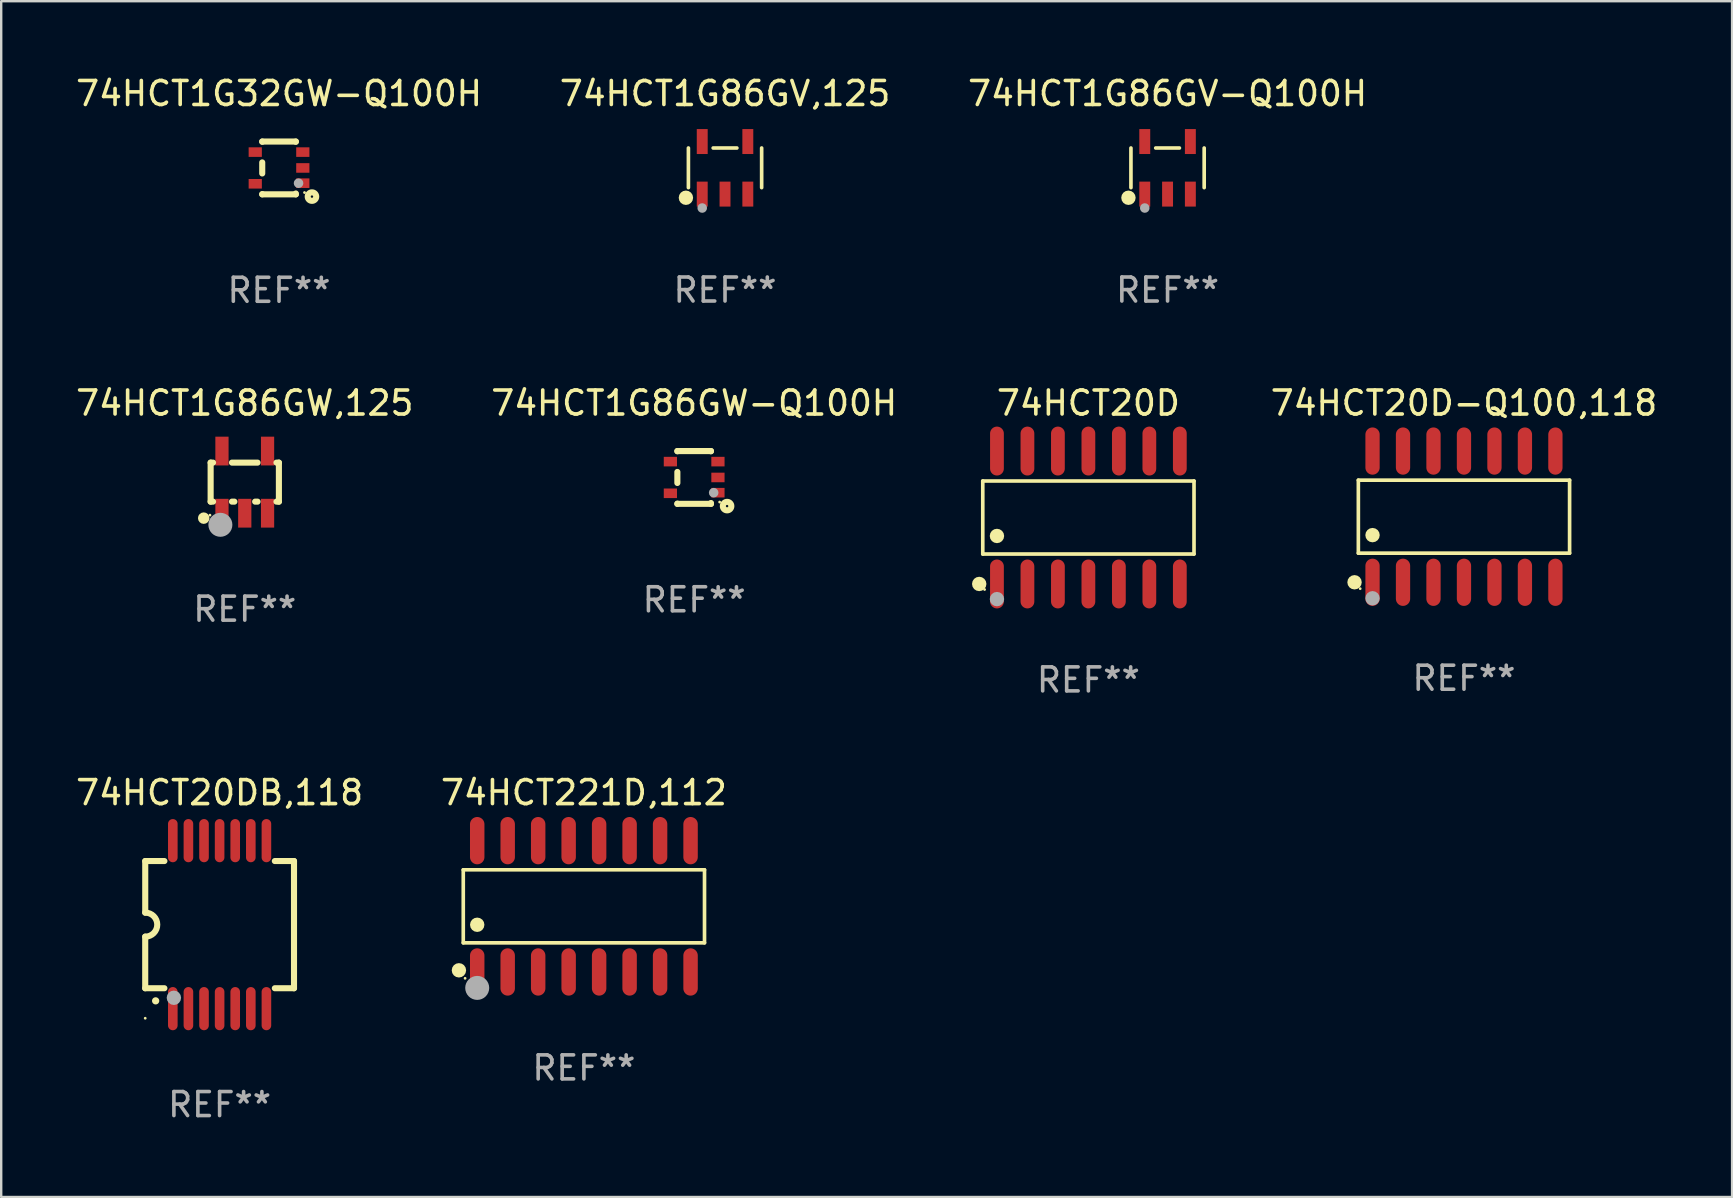
<source format=kicad_pcb>
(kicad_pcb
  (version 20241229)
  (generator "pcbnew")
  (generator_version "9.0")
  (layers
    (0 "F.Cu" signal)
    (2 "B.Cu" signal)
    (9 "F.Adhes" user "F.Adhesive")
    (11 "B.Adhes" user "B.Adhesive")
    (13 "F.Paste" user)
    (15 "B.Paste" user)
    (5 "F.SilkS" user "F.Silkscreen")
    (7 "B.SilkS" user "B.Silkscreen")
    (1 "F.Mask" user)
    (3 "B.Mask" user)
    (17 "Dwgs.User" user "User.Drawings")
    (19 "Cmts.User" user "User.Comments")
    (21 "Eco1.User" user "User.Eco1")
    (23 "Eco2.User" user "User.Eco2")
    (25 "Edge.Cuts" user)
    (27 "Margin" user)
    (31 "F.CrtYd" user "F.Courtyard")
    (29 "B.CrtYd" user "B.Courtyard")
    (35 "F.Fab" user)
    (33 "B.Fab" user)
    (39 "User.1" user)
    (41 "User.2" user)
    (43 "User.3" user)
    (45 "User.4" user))
  (footprint "74HCT1G86GW-Q100H"
    (layer "F.Cu")
    (at 25.875 16.845)
    (property "Reference" "74HCT1G86GW-Q100H" (at 0 -3.1 0) (layer "F.SilkS") (effects (font (size 1 1) (thickness 0.15))))
    (attr through_hole)
    (fp_line (start -0.7 -1.1) (end 0.7 -1.1) (stroke (width 0.254) (type solid)) (layer "F.SilkS"))
    (fp_line (start -0.7 -1.09) (end -0.7 -1.1) (stroke (width 0.254) (type solid)) (layer "F.SilkS"))
    (fp_line (start -0.7 0.23) (end -0.7 -0.23) (stroke (width 0.254) (type solid)) (layer "F.SilkS"))
    (fp_line (start -0.7 1.1) (end -0.7 1.09) (stroke (width 0.254) (type solid)) (layer "F.SilkS"))
    (fp_line (start -0.7 1.1) (end 0.7 1.1) (stroke (width 0.254) (type solid)) (layer "F.SilkS"))
    (fp_line (start 0.7 -1.09) (end 0.7 -1.1) (stroke (width 0.254) (type solid)) (layer "F.SilkS"))
    (fp_line (start 0.7 1.1) (end 0.7 1.065) (stroke (width 0.254) (type solid)) (layer "F.SilkS"))
    (fp_circle (center 1.062 1.025) (end 1.092 1.025) (stroke (width 0.06) (type solid)) (fill no) (layer "F.SilkS"))
    (fp_circle (center 1.372 1.194) (end 1.422 1.194) (stroke (width 0.254) (type solid)) (fill no) (layer "F.SilkS"))
    (fp_circle (center 0.813 0.635) (end 0.913 0.635) (stroke (width 0.2) (type solid)) (fill no) (layer "F.Fab"))
    (fp_text user "REF**" (at 0 5.1 0) (layer "F.Fab") (effects (font (size 1 1) (thickness 0.15))))
    (pad "1" smd rect (at 0.991 0.635 270) (size 0.399 0.551) (layers "F.Cu" "F.Mask" "F.Paste"))
    (pad "2" smd rect (at 0.991 0.000051 270) (size 0.399 0.551) (layers "F.Cu" "F.Mask" "F.Paste"))
    (pad "3" smd rect (at 0.991 -0.66 270) (size 0.399 0.551) (layers "F.Cu" "F.Mask" "F.Paste"))
    (pad "4" smd rect (at -0.991 -0.66 270) (size 0.399 0.551) (layers "F.Cu" "F.Mask" "F.Paste"))
    (pad "5" smd rect (at -0.991 0.66 270) (size 0.399 0.551) (layers "F.Cu" "F.Mask" "F.Paste")))
  (footprint "74HCT1G86GV-Q100H"
    (layer "F.Cu")
    (at 45.601 3.943)
    (property "Reference" "74HCT1G86GV-Q100H" (at 0 -3.095 0) (layer "F.SilkS") (effects (font (size 1 1) (thickness 0.15))))
    (attr through_hole)
    (fp_line (start -1.526 0.826) (end -1.526 -0.826) (stroke (width 0.152) (type solid)) (layer "F.SilkS"))
    (fp_line (start 0.494 -0.826) (end -0.494 -0.826) (stroke (width 0.152) (type solid)) (layer "F.SilkS"))
    (fp_line (start 1.526 0.826) (end 1.526 -0.826) (stroke (width 0.152) (type solid)) (layer "F.SilkS"))
    (fp_circle (center -1.63 1.247) (end -1.48 1.247) (stroke (width 0.3) (type solid)) (fill no) (layer "F.SilkS"))
    (fp_circle (center -1.45 1.375) (end -1.42 1.375) (stroke (width 0.06) (type solid)) (fill no) (layer "F.SilkS"))
    (fp_circle (center -0.95 1.675) (end -0.85 1.675) (stroke (width 0.2) (type solid)) (fill no) (layer "F.Fab"))
    (fp_text user "REF**" (at 0 5.095 0) (layer "F.Fab") (effects (font (size 1 1) (thickness 0.15))))
    (pad "1" smd rect (at -0.95 1.095) (size 0.455 1.04) (layers "F.Cu" "F.Mask" "F.Paste"))
    (pad "2" smd rect (at 0 1.095) (size 0.455 1.04) (layers "F.Cu" "F.Mask" "F.Paste"))
    (pad "3" smd rect (at 0.95 1.095) (size 0.455 1.04) (layers "F.Cu" "F.Mask" "F.Paste"))
    (pad "4" smd rect (at 0.95 -1.095) (size 0.455 1.04) (layers "F.Cu" "F.Mask" "F.Paste"))
    (pad "5" smd rect (at -0.95 -1.095) (size 0.455 1.04) (layers "F.Cu" "F.Mask" "F.Paste")))
  (footprint "74HCT1G86GV,125"
    (layer "F.Cu")
    (at 27.161 3.943)
    (property "Reference" "74HCT1G86GV,125" (at 0 -3.095 0) (layer "F.SilkS") (effects (font (size 1 1) (thickness 0.15))))
    (attr through_hole)
    (fp_line (start -1.526 0.826) (end -1.526 -0.826) (stroke (width 0.152) (type solid)) (layer "F.SilkS"))
    (fp_line (start 0.494 -0.826) (end -0.494 -0.826) (stroke (width 0.152) (type solid)) (layer "F.SilkS"))
    (fp_line (start 1.526 0.826) (end 1.526 -0.826) (stroke (width 0.152) (type solid)) (layer "F.SilkS"))
    (fp_circle (center -1.63 1.247) (end -1.48 1.247) (stroke (width 0.3) (type solid)) (fill no) (layer "F.SilkS"))
    (fp_circle (center -1.45 1.375) (end -1.42 1.375) (stroke (width 0.06) (type solid)) (fill no) (layer "F.SilkS"))
    (fp_circle (center -0.95 1.675) (end -0.85 1.675) (stroke (width 0.2) (type solid)) (fill no) (layer "F.Fab"))
    (fp_text user "REF**" (at 0 5.095 0) (layer "F.Fab") (effects (font (size 1 1) (thickness 0.15))))
    (pad "1" smd rect (at -0.95 1.095) (size 0.455 1.04) (layers "F.Cu" "F.Mask" "F.Paste"))
    (pad "2" smd rect (at 0 1.095) (size 0.455 1.04) (layers "F.Cu" "F.Mask" "F.Paste"))
    (pad "3" smd rect (at 0.95 1.095) (size 0.455 1.04) (layers "F.Cu" "F.Mask" "F.Paste"))
    (pad "4" smd rect (at 0.95 -1.095) (size 0.455 1.04) (layers "F.Cu" "F.Mask" "F.Paste"))
    (pad "5" smd rect (at -0.95 -1.095) (size 0.455 1.04) (layers "F.Cu" "F.Mask" "F.Paste")))
  (footprint "74HCT20DB,118"
    (layer "F.Cu")
    (at 6.101 35.479)
    (property "Reference" "74HCT20DB,118" (at 0 -5.5 0) (layer "F.SilkS") (effects (font (size 1 1) (thickness 0.15))))
    (attr through_hole)
    (fp_line (start -3.1 2.65) (end -3.1 0.5) (stroke (width 0.254) (type solid)) (layer "F.SilkS"))
    (fp_line (start -3.099 -2.65) (end -2.301 -2.65) (stroke (width 0.254) (type solid)) (layer "F.SilkS"))
    (fp_line (start -3.099 -0.5) (end -3.099 -2.65) (stroke (width 0.254) (type solid)) (layer "F.SilkS"))
    (fp_line (start -2.301 2.65) (end -3.1 2.65) (stroke (width 0.254) (type solid)) (layer "F.SilkS"))
    (fp_line (start 2.301 -2.65) (end 3.1 -2.65) (stroke (width 0.254) (type solid)) (layer "F.SilkS"))
    (fp_line (start 3.1 -2.65) (end 3.1 2.65) (stroke (width 0.254) (type solid)) (layer "F.SilkS"))
    (fp_line (start 3.1 2.65) (end 2.301 2.65) (stroke (width 0.254) (type solid)) (layer "F.SilkS"))
    (fp_arc (start -3.098806 -0.500381) (mid -2.598806 0) (end -3.098806 0.500381) (stroke (width 0.254001) (type solid)) (layer "F.SilkS"))
    (fp_arc (start -2.667005 3.175006) (mid -2.665735 3.175001) (end -2.664465 3.175006) (stroke (width 0.3) (type solid)) (layer "F.SilkS"))
    (fp_circle (center -3.1 3.9) (end -3.07 3.9) (stroke (width 0.06) (type solid)) (fill no) (layer "F.SilkS"))
    (fp_circle (center -1.905 3.048) (end -1.755 3.048) (stroke (width 0.3) (type solid)) (fill no) (layer "F.Fab"))
    (fp_text user "REF**" (at 0 7.5 0) (layer "F.Fab") (effects (font (size 1 1) (thickness 0.15))))
    (pad "1" smd oval (at -1.95 3.5 270) (size 1.8 0.4) (layers "F.Cu" "F.Mask" "F.Paste"))
    (pad "2" smd oval (at -1.3 3.5 270) (size 1.8 0.4) (layers "F.Cu" "F.Mask" "F.Paste"))
    (pad "3" smd oval (at -0.65 3.5 270) (size 1.8 0.4) (layers "F.Cu" "F.Mask" "F.Paste"))
    (pad "4" smd oval (at 0 3.5 270) (size 1.8 0.4) (layers "F.Cu" "F.Mask" "F.Paste"))
    (pad "5" smd oval (at 0.65 3.5 270) (size 1.8 0.4) (layers "F.Cu" "F.Mask" "F.Paste"))
    (pad "6" smd oval (at 1.3 3.5 270) (size 1.8 0.4) (layers "F.Cu" "F.Mask" "F.Paste"))
    (pad "7" smd oval (at 1.95 3.5 270) (size 1.8 0.4) (layers "F.Cu" "F.Mask" "F.Paste"))
    (pad "8" smd oval (at 1.95 -3.5 90) (size 1.8 0.4) (layers "F.Cu" "F.Mask" "F.Paste"))
    (pad "9" smd oval (at 1.3 -3.5 90) (size 1.8 0.4) (layers "F.Cu" "F.Mask" "F.Paste"))
    (pad "10" smd oval (at 0.65 -3.5 90) (size 1.8 0.4) (layers "F.Cu" "F.Mask" "F.Paste"))
    (pad "11" smd oval (at 0 -3.5 90) (size 1.8 0.4) (layers "F.Cu" "F.Mask" "F.Paste"))
    (pad "12" smd oval (at -0.65 -3.5 90) (size 1.8 0.4) (layers "F.Cu" "F.Mask" "F.Paste"))
    (pad "13" smd oval (at -1.3 -3.5 90) (size 1.8 0.4) (layers "F.Cu" "F.Mask" "F.Paste"))
    (pad "14" smd oval (at -1.95 -3.5 90) (size 1.8 0.4) (layers "F.Cu" "F.Mask" "F.Paste")))
  (footprint "74HCT20D-Q100,118"
    (layer "F.Cu")
    (at 57.952 18.479)
    (property "Reference" "74HCT20D-Q100,118" (at 0 -4.734 0) (layer "F.SilkS") (effects (font (size 1 1) (thickness 0.15))))
    (attr through_hole)
    (fp_line (start -4.401 -1.521) (end 4.401 -1.521) (stroke (width 0.152) (type solid)) (layer "F.SilkS"))
    (fp_line (start -4.401 1.521) (end -4.401 -1.521) (stroke (width 0.152) (type solid)) (layer "F.SilkS"))
    (fp_line (start 4.401 -1.521) (end 4.401 1.521) (stroke (width 0.152) (type solid)) (layer "F.SilkS"))
    (fp_line (start 4.401 1.521) (end -4.401 1.521) (stroke (width 0.152) (type solid)) (layer "F.SilkS"))
    (fp_circle (center -4.56 2.734) (end -4.41 2.734) (stroke (width 0.3) (type solid)) (fill no) (layer "F.SilkS"))
    (fp_circle (center -4.325 3) (end -4.295 3) (stroke (width 0.06) (type solid)) (fill no) (layer "F.SilkS"))
    (fp_circle (center -3.81 0.769) (end -3.66 0.769) (stroke (width 0.3) (type solid)) (fill no) (layer "F.SilkS"))
    (fp_circle (center -3.81 3.4) (end -3.66 3.4) (stroke (width 0.3) (type solid)) (fill no) (layer "F.Fab"))
    (fp_text user "REF**" (at 0 6.734 0) (layer "F.Fab") (effects (font (size 1 1) (thickness 0.15))))
    (pad "1" smd oval (at -3.81 2.734) (size 0.595 1.968) (layers "F.Cu" "F.Mask" "F.Paste"))
    (pad "2" smd oval (at -2.54 2.734) (size 0.595 1.968) (layers "F.Cu" "F.Mask" "F.Paste"))
    (pad "3" smd oval (at -1.27 2.734) (size 0.595 1.968) (layers "F.Cu" "F.Mask" "F.Paste"))
    (pad "4" smd oval (at 0 2.734) (size 0.595 1.968) (layers "F.Cu" "F.Mask" "F.Paste"))
    (pad "5" smd oval (at 1.27 2.734) (size 0.595 1.968) (layers "F.Cu" "F.Mask" "F.Paste"))
    (pad "6" smd oval (at 2.54 2.734) (size 0.595 1.968) (layers "F.Cu" "F.Mask" "F.Paste"))
    (pad "7" smd oval (at 3.81 2.734) (size 0.595 1.968) (layers "F.Cu" "F.Mask" "F.Paste"))
    (pad "8" smd oval (at 3.81 -2.734) (size 0.595 1.968) (layers "F.Cu" "F.Mask" "F.Paste"))
    (pad "9" smd oval (at 2.54 -2.734) (size 0.595 1.968) (layers "F.Cu" "F.Mask" "F.Paste"))
    (pad "10" smd oval (at 1.27 -2.734) (size 0.595 1.968) (layers "F.Cu" "F.Mask" "F.Paste"))
    (pad "11" smd oval (at 0 -2.734) (size 0.595 1.968) (layers "F.Cu" "F.Mask" "F.Paste"))
    (pad "12" smd oval (at -1.27 -2.734) (size 0.595 1.968) (layers "F.Cu" "F.Mask" "F.Paste"))
    (pad "13" smd oval (at -2.54 -2.734) (size 0.595 1.968) (layers "F.Cu" "F.Mask" "F.Paste"))
    (pad "14" smd oval (at -3.81 -2.734) (size 0.595 1.968) (layers "F.Cu" "F.Mask" "F.Paste")))
  (footprint "74HCT221D,112"
    (layer "F.Cu")
    (at 21.28 34.715)
    (property "Reference" "74HCT221D,112" (at 0 -4.736 0) (layer "F.SilkS") (effects (font (size 1 1) (thickness 0.15))))
    (attr through_hole)
    (fp_line (start -5.026 -1.521) (end 5.026 -1.521) (stroke (width 0.152) (type solid)) (layer "F.SilkS"))
    (fp_line (start -5.026 1.521) (end -5.026 -1.521) (stroke (width 0.152) (type solid)) (layer "F.SilkS"))
    (fp_line (start 5.026 -1.521) (end 5.026 1.521) (stroke (width 0.152) (type solid)) (layer "F.SilkS"))
    (fp_line (start 5.026 1.521) (end -5.026 1.521) (stroke (width 0.152) (type solid)) (layer "F.SilkS"))
    (fp_circle (center -5.207 2.667) (end -5.057 2.667) (stroke (width 0.3) (type solid)) (fill no) (layer "F.SilkS"))
    (fp_circle (center -4.95 3) (end -4.92 3) (stroke (width 0.06) (type solid)) (fill no) (layer "F.SilkS"))
    (fp_circle (center -4.445 0.769) (end -4.295 0.769) (stroke (width 0.3) (type solid)) (fill no) (layer "F.SilkS"))
    (fp_circle (center -4.445 3.4) (end -4.195 3.4) (stroke (width 0.5) (type solid)) (fill no) (layer "F.Fab"))
    (fp_text user "REF**" (at 0 6.736 0) (layer "F.Fab") (effects (font (size 1 1) (thickness 0.15))))
    (pad "1" smd oval (at -4.445 2.736) (size 0.602 1.971) (layers "F.Cu" "F.Mask" "F.Paste"))
    (pad "2" smd oval (at -3.175 2.736) (size 0.602 1.971) (layers "F.Cu" "F.Mask" "F.Paste"))
    (pad "3" smd oval (at -1.905 2.736) (size 0.602 1.971) (layers "F.Cu" "F.Mask" "F.Paste"))
    (pad "4" smd oval (at -0.635 2.736) (size 0.602 1.971) (layers "F.Cu" "F.Mask" "F.Paste"))
    (pad "5" smd oval (at 0.635 2.736) (size 0.602 1.971) (layers "F.Cu" "F.Mask" "F.Paste"))
    (pad "6" smd oval (at 1.905 2.736) (size 0.602 1.971) (layers "F.Cu" "F.Mask" "F.Paste"))
    (pad "7" smd oval (at 3.175 2.736) (size 0.602 1.971) (layers "F.Cu" "F.Mask" "F.Paste"))
    (pad "8" smd oval (at 4.445 2.736) (size 0.602 1.971) (layers "F.Cu" "F.Mask" "F.Paste"))
    (pad "9" smd oval (at 4.445 -2.736) (size 0.602 1.971) (layers "F.Cu" "F.Mask" "F.Paste"))
    (pad "10" smd oval (at 3.175 -2.736) (size 0.602 1.971) (layers "F.Cu" "F.Mask" "F.Paste"))
    (pad "11" smd oval (at 1.905 -2.736) (size 0.602 1.971) (layers "F.Cu" "F.Mask" "F.Paste"))
    (pad "12" smd oval (at 0.635 -2.736) (size 0.602 1.971) (layers "F.Cu" "F.Mask" "F.Paste"))
    (pad "13" smd oval (at -0.635 -2.736) (size 0.602 1.971) (layers "F.Cu" "F.Mask" "F.Paste"))
    (pad "14" smd oval (at -1.905 -2.736) (size 0.602 1.971) (layers "F.Cu" "F.Mask" "F.Paste"))
    (pad "15" smd oval (at -3.175 -2.736) (size 0.602 1.971) (layers "F.Cu" "F.Mask" "F.Paste"))
    (pad "16" smd oval (at -4.445 -2.736) (size 0.602 1.971) (layers "F.Cu" "F.Mask" "F.Paste")))
  (footprint "74HCT1G32GW-Q100H"
    (layer "F.Cu")
    (at 8.577 3.948)
    (property "Reference" "74HCT1G32GW-Q100H" (at 0 -3.1 0) (layer "F.SilkS") (effects (font (size 1 1) (thickness 0.15))))
    (attr through_hole)
    (fp_line (start -0.7 -1.1) (end 0.7 -1.1) (stroke (width 0.254) (type solid)) (layer "F.SilkS"))
    (fp_line (start -0.7 -1.09) (end -0.7 -1.1) (stroke (width 0.254) (type solid)) (layer "F.SilkS"))
    (fp_line (start -0.7 0.23) (end -0.7 -0.23) (stroke (width 0.254) (type solid)) (layer "F.SilkS"))
    (fp_line (start -0.7 1.1) (end -0.7 1.09) (stroke (width 0.254) (type solid)) (layer "F.SilkS"))
    (fp_line (start -0.7 1.1) (end 0.7 1.1) (stroke (width 0.254) (type solid)) (layer "F.SilkS"))
    (fp_line (start 0.7 -1.09) (end 0.7 -1.1) (stroke (width 0.254) (type solid)) (layer "F.SilkS"))
    (fp_line (start 0.7 1.1) (end 0.7 1.065) (stroke (width 0.254) (type solid)) (layer "F.SilkS"))
    (fp_circle (center 1.062 1.025) (end 1.092 1.025) (stroke (width 0.06) (type solid)) (fill no) (layer "F.SilkS"))
    (fp_circle (center 1.372 1.194) (end 1.422 1.194) (stroke (width 0.254) (type solid)) (fill no) (layer "F.SilkS"))
    (fp_circle (center 0.813 0.635) (end 0.913 0.635) (stroke (width 0.2) (type solid)) (fill no) (layer "F.Fab"))
    (fp_text user "REF**" (at 0 5.1 0) (layer "F.Fab") (effects (font (size 1 1) (thickness 0.15))))
    (pad "1" smd rect (at 0.991 0.635 270) (size 0.399 0.551) (layers "F.Cu" "F.Mask" "F.Paste"))
    (pad "2" smd rect (at 0.991 0.000051 270) (size 0.399 0.551) (layers "F.Cu" "F.Mask" "F.Paste"))
    (pad "3" smd rect (at 0.991 -0.66 270) (size 0.399 0.551) (layers "F.Cu" "F.Mask" "F.Paste"))
    (pad "4" smd rect (at -0.991 -0.66 270) (size 0.399 0.551) (layers "F.Cu" "F.Mask" "F.Paste"))
    (pad "5" smd rect (at -0.991 0.66 270) (size 0.399 0.551) (layers "F.Cu" "F.Mask" "F.Paste")))
  (footprint "74HCT1G86GW,125"
    (layer "F.Cu")
    (at 7.149 17.04)
    (property "Reference" "74HCT1G86GW,125" (at 0 -3.295 0) (layer "F.SilkS") (effects (font (size 1 1) (thickness 0.15))))
    (attr through_hole)
    (fp_line (start -1.422 -0.813) (end -1.321 -0.813) (stroke (width 0.254) (type solid)) (layer "F.SilkS"))
    (fp_line (start -1.422 0.813) (end -1.422 -0.813) (stroke (width 0.254) (type solid)) (layer "F.SilkS"))
    (fp_line (start -1.321 0.813) (end -1.422 0.813) (stroke (width 0.254) (type solid)) (layer "F.SilkS"))
    (fp_line (start -0.533 -0.813) (end 0.533 -0.813) (stroke (width 0.254) (type solid)) (layer "F.SilkS"))
    (fp_line (start -0.432 0.813) (end -0.533 0.813) (stroke (width 0.254) (type solid)) (layer "F.SilkS"))
    (fp_line (start 0.533 0.813) (end 0.432 0.813) (stroke (width 0.254) (type solid)) (layer "F.SilkS"))
    (fp_line (start 1.321 -0.813) (end 1.422 -0.813) (stroke (width 0.254) (type solid)) (layer "F.SilkS"))
    (fp_line (start 1.422 -0.813) (end 1.422 0.813) (stroke (width 0.254) (type solid)) (layer "F.SilkS"))
    (fp_line (start 1.422 0.813) (end 1.321 0.813) (stroke (width 0.254) (type solid)) (layer "F.SilkS"))
    (fp_circle (center -1.71 1.5) (end -1.59 1.5) (stroke (width 0.24) (type solid)) (fill no) (layer "F.SilkS"))
    (fp_circle (center -1.45 1.375) (end -1.42 1.375) (stroke (width 0.06) (type solid)) (fill no) (layer "F.SilkS"))
    (fp_circle (center -1.016 1.778) (end -0.766 1.778) (stroke (width 0.5) (type solid)) (fill no) (layer "F.Fab"))
    (fp_text user "REF**" (at 0 5.295 0) (layer "F.Fab") (effects (font (size 1 1) (thickness 0.15))))
    (pad "1" smd rect (at -0.95 1.295) (size 0.551 1.199) (layers "F.Cu" "F.Mask" "F.Paste"))
    (pad "2" smd rect (at 0 1.295) (size 0.551 1.199) (layers "F.Cu" "F.Mask" "F.Paste"))
    (pad "3" smd rect (at 0.95 1.295) (size 0.551 1.199) (layers "F.Cu" "F.Mask" "F.Paste"))
    (pad "4" smd rect (at 0.95 -1.295) (size 0.551 1.199) (layers "F.Cu" "F.Mask" "F.Paste"))
    (pad "5" smd rect (at -0.95 -1.295) (size 0.551 1.199) (layers "F.Cu" "F.Mask" "F.Paste")))
  (footprint "74HCT20D"
    (layer "F.Cu")
    (at 42.302 18.514)
    (property "Reference" "74HCT20D" (at 0 -4.769 0) (layer "F.SilkS") (effects (font (size 1 1) (thickness 0.15))))
    (attr through_hole)
    (fp_line (start -4.401 -1.521) (end 4.401 -1.521) (stroke (width 0.152) (type solid)) (layer "F.SilkS"))
    (fp_line (start -4.401 1.521) (end -4.401 -1.521) (stroke (width 0.152) (type solid)) (layer "F.SilkS"))
    (fp_line (start 4.401 -1.521) (end 4.401 1.521) (stroke (width 0.152) (type solid)) (layer "F.SilkS"))
    (fp_line (start 4.401 1.521) (end -4.401 1.521) (stroke (width 0.152) (type solid)) (layer "F.SilkS"))
    (fp_circle (center -4.549 2.769) (end -4.399 2.769) (stroke (width 0.3) (type solid)) (fill no) (layer "F.SilkS"))
    (fp_circle (center -4.325 3) (end -4.295 3) (stroke (width 0.06) (type solid)) (fill no) (layer "F.SilkS"))
    (fp_circle (center -3.81 0.769) (end -3.66 0.769) (stroke (width 0.3) (type solid)) (fill no) (layer "F.SilkS"))
    (fp_circle (center -3.81 3.4) (end -3.66 3.4) (stroke (width 0.3) (type solid)) (fill no) (layer "F.Fab"))
    (fp_text user "REF**" (at 0 6.769 0) (layer "F.Fab") (effects (font (size 1 1) (thickness 0.15))))
    (pad "1" smd oval (at -3.81 2.769) (size 0.574 2.038) (layers "F.Cu" "F.Mask" "F.Paste"))
    (pad "2" smd oval (at -2.54 2.769) (size 0.574 2.038) (layers "F.Cu" "F.Mask" "F.Paste"))
    (pad "3" smd oval (at -1.27 2.769) (size 0.574 2.038) (layers "F.Cu" "F.Mask" "F.Paste"))
    (pad "4" smd oval (at 0 2.769) (size 0.574 2.038) (layers "F.Cu" "F.Mask" "F.Paste"))
    (pad "5" smd oval (at 1.27 2.769) (size 0.574 2.038) (layers "F.Cu" "F.Mask" "F.Paste"))
    (pad "6" smd oval (at 2.54 2.769) (size 0.574 2.038) (layers "F.Cu" "F.Mask" "F.Paste"))
    (pad "7" smd oval (at 3.81 2.769) (size 0.574 2.038) (layers "F.Cu" "F.Mask" "F.Paste"))
    (pad "8" smd oval (at 3.81 -2.769) (size 0.574 2.038) (layers "F.Cu" "F.Mask" "F.Paste"))
    (pad "9" smd oval (at 2.54 -2.769) (size 0.574 2.038) (layers "F.Cu" "F.Mask" "F.Paste"))
    (pad "10" smd oval (at 1.27 -2.769) (size 0.574 2.038) (layers "F.Cu" "F.Mask" "F.Paste"))
    (pad "11" smd oval (at 0 -2.769) (size 0.574 2.038) (layers "F.Cu" "F.Mask" "F.Paste"))
    (pad "12" smd oval (at -1.27 -2.769) (size 0.574 2.038) (layers "F.Cu" "F.Mask" "F.Paste"))
    (pad "13" smd oval (at -2.54 -2.769) (size 0.574 2.038) (layers "F.Cu" "F.Mask" "F.Paste"))
    (pad "14" smd oval (at -3.81 -2.769) (size 0.574 2.038) (layers "F.Cu" "F.Mask" "F.Paste")))
  (gr_rect
    (start -3 -3)
    (end 69.125 46.828)
    (stroke (width 0.1) (type default))
    (fill no)
    (layer "Edge.Cuts")))
</source>
